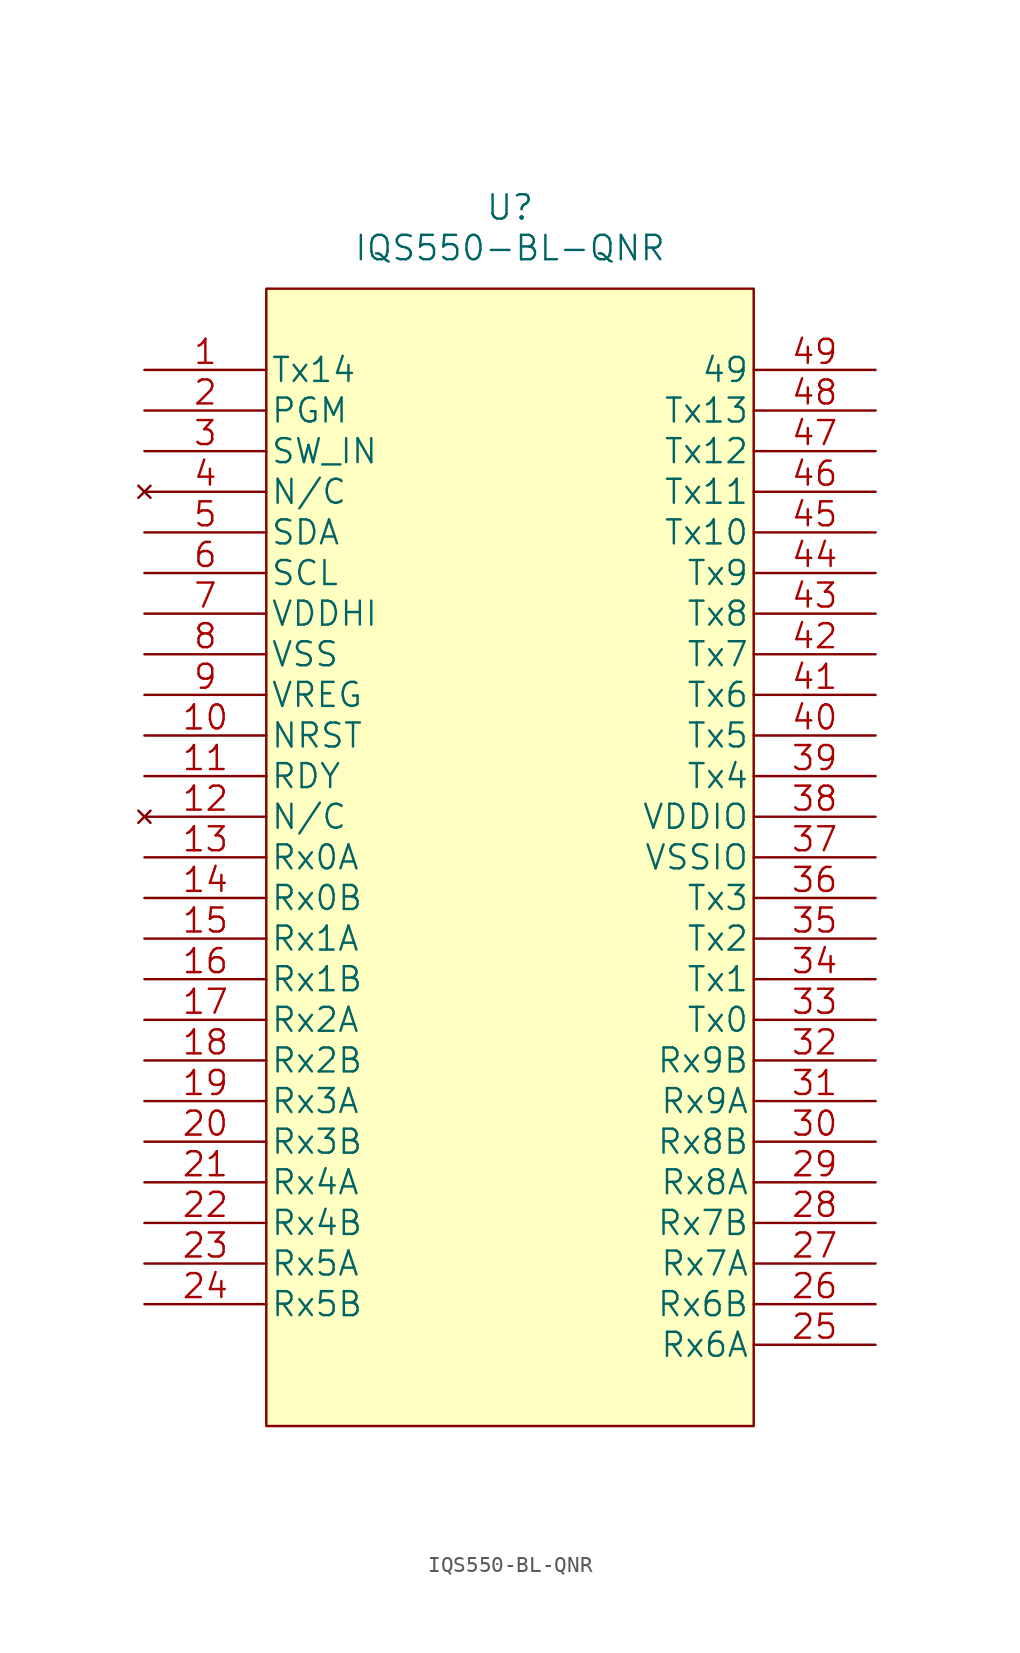
<source format=kicad_sym>
(kicad_symbol_lib
  (version 20220914)
  (generator kicad_symbol_editor)
  (symbol "IQS550-BL-QNR"
    (pin_names
      (offset 0.254))
    (property "Reference" "U"
      (at 22.86 10.16 0)
      (effects (font (size 1.524 1.524))))
    (property "Value" "IQS550-BL-QNR"
      (at 22.86 7.62 0)
      (effects (font (size 1.524 1.524))))
    (property "Datasheet" ""
      (at 0 0 0)
      (effects (font (size 1.524 1.524))))
    (property "ki_locked" ""
      (at 0 0 0)
      (effects (font (size 1.27 1.27))))
    (symbol "IQS550-BL-QNR_1_1"
      (rectangle (start 7.62 5.08) (end 38.1 -66.04) (stroke (width 0) (type default)) (fill (type background)))
      (pin bidirectional line (at 0 0 0) (length 7.62) (name "Tx14" (effects (font (size 1.499 1.499)))) (number "1" (effects (font (size 1.499 1.499)))))
      (pin unspecified line (at 0 -22.86 0) (length 7.62) (name "NRST" (effects (font (size 1.499 1.499)))) (number "10" (effects (font (size 1.499 1.499)))))
      (pin unspecified line (at 0 -25.4 0) (length 7.62) (name "RDY" (effects (font (size 1.499 1.499)))) (number "11" (effects (font (size 1.499 1.499)))))
      (pin no_connect line (at 0 -27.94 0) (length 7.62) (name "N/C" (effects (font (size 1.499 1.499)))) (number "12" (effects (font (size 1.499 1.499)))))
      (pin bidirectional line (at 0 -30.48 0) (length 7.62) (name "Rx0A" (effects (font (size 1.499 1.499)))) (number "13" (effects (font (size 1.499 1.499)))))
      (pin bidirectional line (at 0 -33.02 0) (length 7.62) (name "Rx0B" (effects (font (size 1.499 1.499)))) (number "14" (effects (font (size 1.499 1.499)))))
      (pin bidirectional line (at 0 -35.56 0) (length 7.62) (name "Rx1A" (effects (font (size 1.499 1.499)))) (number "15" (effects (font (size 1.499 1.499)))))
      (pin bidirectional line (at 0 -38.1 0) (length 7.62) (name "Rx1B" (effects (font (size 1.499 1.499)))) (number "16" (effects (font (size 1.499 1.499)))))
      (pin bidirectional line (at 0 -40.64 0) (length 7.62) (name "Rx2A" (effects (font (size 1.499 1.499)))) (number "17" (effects (font (size 1.499 1.499)))))
      (pin bidirectional line (at 0 -43.18 0) (length 7.62) (name "Rx2B" (effects (font (size 1.499 1.499)))) (number "18" (effects (font (size 1.499 1.499)))))
      (pin bidirectional line (at 0 -45.72 0) (length 7.62) (name "Rx3A" (effects (font (size 1.499 1.499)))) (number "19" (effects (font (size 1.499 1.499)))))
      (pin unspecified line (at 0 -2.54 0) (length 7.62) (name "PGM" (effects (font (size 1.499 1.499)))) (number "2" (effects (font (size 1.499 1.499)))))
      (pin bidirectional line (at 0 -48.26 0) (length 7.62) (name "Rx3B" (effects (font (size 1.499 1.499)))) (number "20" (effects (font (size 1.499 1.499)))))
      (pin bidirectional line (at 0 -50.8 0) (length 7.62) (name "Rx4A" (effects (font (size 1.499 1.499)))) (number "21" (effects (font (size 1.499 1.499)))))
      (pin bidirectional line (at 0 -53.34 0) (length 7.62) (name "Rx4B" (effects (font (size 1.499 1.499)))) (number "22" (effects (font (size 1.499 1.499)))))
      (pin bidirectional line (at 0 -55.88 0) (length 7.62) (name "Rx5A" (effects (font (size 1.499 1.499)))) (number "23" (effects (font (size 1.499 1.499)))))
      (pin bidirectional line (at 0 -58.42 0) (length 7.62) (name "Rx5B" (effects (font (size 1.499 1.499)))) (number "24" (effects (font (size 1.499 1.499)))))
      (pin bidirectional line (at 45.72 -60.96 180) (length 7.62) (name "Rx6A" (effects (font (size 1.499 1.499)))) (number "25" (effects (font (size 1.499 1.499)))))
      (pin bidirectional line (at 45.72 -58.42 180) (length 7.62) (name "Rx6B" (effects (font (size 1.499 1.499)))) (number "26" (effects (font (size 1.499 1.499)))))
      (pin bidirectional line (at 45.72 -55.88 180) (length 7.62) (name "Rx7A" (effects (font (size 1.499 1.499)))) (number "27" (effects (font (size 1.499 1.499)))))
      (pin bidirectional line (at 45.72 -53.34 180) (length 7.62) (name "Rx7B" (effects (font (size 1.499 1.499)))) (number "28" (effects (font (size 1.499 1.499)))))
      (pin bidirectional line (at 45.72 -50.8 180) (length 7.62) (name "Rx8A" (effects (font (size 1.499 1.499)))) (number "29" (effects (font (size 1.499 1.499)))))
      (pin unspecified line (at 0 -5.08 0) (length 7.62) (name "SW_IN" (effects (font (size 1.499 1.499)))) (number "3" (effects (font (size 1.499 1.499)))))
      (pin bidirectional line (at 45.72 -48.26 180) (length 7.62) (name "Rx8B" (effects (font (size 1.499 1.499)))) (number "30" (effects (font (size 1.499 1.499)))))
      (pin bidirectional line (at 45.72 -45.72 180) (length 7.62) (name "Rx9A" (effects (font (size 1.499 1.499)))) (number "31" (effects (font (size 1.499 1.499)))))
      (pin bidirectional line (at 45.72 -43.18 180) (length 7.62) (name "Rx9B" (effects (font (size 1.499 1.499)))) (number "32" (effects (font (size 1.499 1.499)))))
      (pin bidirectional line (at 45.72 -40.64 180) (length 7.62) (name "Tx0" (effects (font (size 1.499 1.499)))) (number "33" (effects (font (size 1.499 1.499)))))
      (pin bidirectional line (at 45.72 -38.1 180) (length 7.62) (name "Tx1" (effects (font (size 1.499 1.499)))) (number "34" (effects (font (size 1.499 1.499)))))
      (pin bidirectional line (at 45.72 -35.56 180) (length 7.62) (name "Tx2" (effects (font (size 1.499 1.499)))) (number "35" (effects (font (size 1.499 1.499)))))
      (pin bidirectional line (at 45.72 -33.02 180) (length 7.62) (name "Tx3" (effects (font (size 1.499 1.499)))) (number "36" (effects (font (size 1.499 1.499)))))
      (pin power_in line (at 45.72 -30.48 180) (length 7.62) (name "VSSIO" (effects (font (size 1.499 1.499)))) (number "37" (effects (font (size 1.499 1.499)))))
      (pin power_in line (at 45.72 -27.94 180) (length 7.62) (name "VDDIO" (effects (font (size 1.499 1.499)))) (number "38" (effects (font (size 1.499 1.499)))))
      (pin bidirectional line (at 45.72 -25.4 180) (length 7.62) (name "Tx4" (effects (font (size 1.499 1.499)))) (number "39" (effects (font (size 1.499 1.499)))))
      (pin no_connect line (at 0 -7.62 0) (length 7.62) (name "N/C" (effects (font (size 1.499 1.499)))) (number "4" (effects (font (size 1.499 1.499)))))
      (pin bidirectional line (at 45.72 -22.86 180) (length 7.62) (name "Tx5" (effects (font (size 1.499 1.499)))) (number "40" (effects (font (size 1.499 1.499)))))
      (pin bidirectional line (at 45.72 -20.32 180) (length 7.62) (name "Tx6" (effects (font (size 1.499 1.499)))) (number "41" (effects (font (size 1.499 1.499)))))
      (pin bidirectional line (at 45.72 -17.78 180) (length 7.62) (name "Tx7" (effects (font (size 1.499 1.499)))) (number "42" (effects (font (size 1.499 1.499)))))
      (pin bidirectional line (at 45.72 -15.24 180) (length 7.62) (name "Tx8" (effects (font (size 1.499 1.499)))) (number "43" (effects (font (size 1.499 1.499)))))
      (pin bidirectional line (at 45.72 -12.7 180) (length 7.62) (name "Tx9" (effects (font (size 1.499 1.499)))) (number "44" (effects (font (size 1.499 1.499)))))
      (pin bidirectional line (at 45.72 -10.16 180) (length 7.62) (name "Tx10" (effects (font (size 1.499 1.499)))) (number "45" (effects (font (size 1.499 1.499)))))
      (pin bidirectional line (at 45.72 -7.62 180) (length 7.62) (name "Tx11" (effects (font (size 1.499 1.499)))) (number "46" (effects (font (size 1.499 1.499)))))
      (pin bidirectional line (at 45.72 -5.08 180) (length 7.62) (name "Tx12" (effects (font (size 1.499 1.499)))) (number "47" (effects (font (size 1.499 1.499)))))
      (pin bidirectional line (at 45.72 -2.54 180) (length 7.62) (name "Tx13" (effects (font (size 1.499 1.499)))) (number "48" (effects (font (size 1.499 1.499)))))
      (pin unspecified line (at 45.72 0 180) (length 7.62) (name "49" (effects (font (size 1.499 1.499)))) (number "49" (effects (font (size 1.499 1.499)))))
      (pin unspecified line (at 0 -10.16 0) (length 7.62) (name "SDA" (effects (font (size 1.499 1.499)))) (number "5" (effects (font (size 1.499 1.499)))))
      (pin unspecified line (at 0 -12.7 0) (length 7.62) (name "SCL" (effects (font (size 1.499 1.499)))) (number "6" (effects (font (size 1.499 1.499)))))
      (pin power_in line (at 0 -15.24 0) (length 7.62) (name "VDDHI" (effects (font (size 1.499 1.499)))) (number "7" (effects (font (size 1.499 1.499)))))
      (pin power_in line (at 0 -17.78 0) (length 7.62) (name "VSS" (effects (font (size 1.499 1.499)))) (number "8" (effects (font (size 1.499 1.499)))))
      (pin unspecified line (at 0 -20.32 0) (length 7.62) (name "VREG" (effects (font (size 1.499 1.499)))) (number "9" (effects (font (size 1.499 1.499))))))))
</source>
